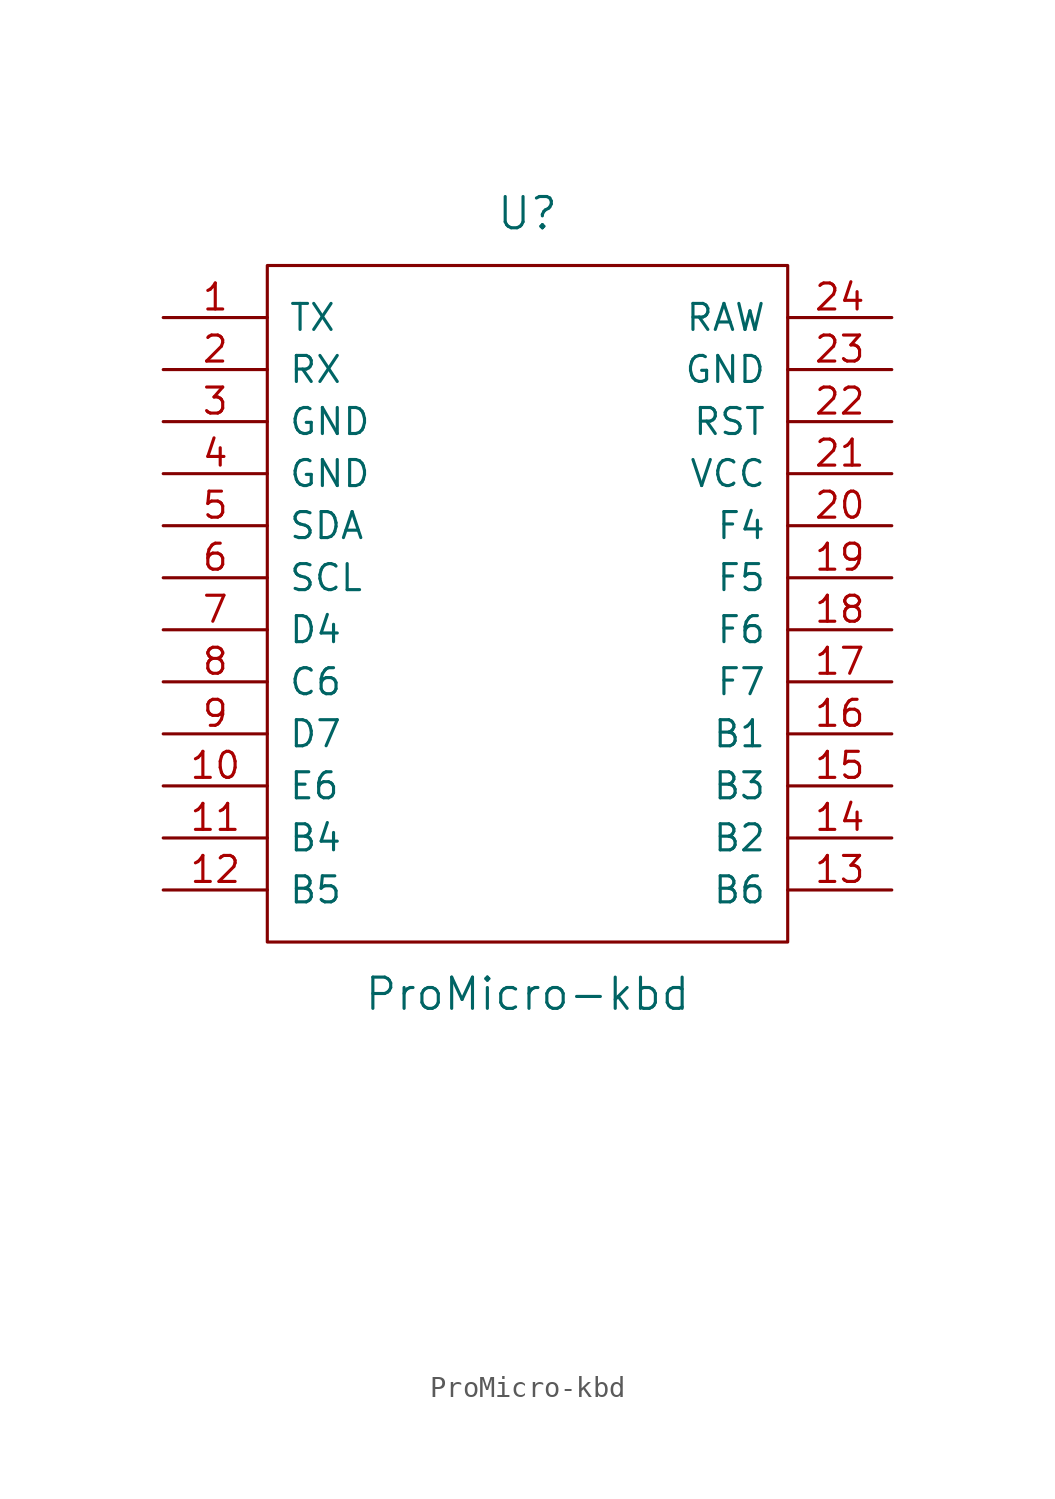
<source format=kicad_sym>
(kicad_symbol_lib
  (version 20220914)
  (generator kicad_symbol_editor)
  (symbol "ProMicro-kbd"
    (pin_names
      (offset 1.016))
    (property "Reference" "U"
      (at 0 24.13 0)
      (effects (font (size 1.524 1.524))))
    (property "Value" "ProMicro-kbd"
      (at 0 -13.97 0)
      (effects (font (size 1.524 1.524))))
    (property "Footprint" ""
      (at 2.54 -26.67 0)
      (effects (font (size 1.524 1.524))))
    (property "Datasheet" ""
      (at 2.54 -26.67 0)
      (effects (font (size 1.524 1.524))))
    (symbol "ProMicro-kbd_0_1"
      (rectangle (start -12.7 21.59) (end 12.7 -11.43) (stroke (width 0) (type solid)) (fill (type none))))
    (symbol "ProMicro-kbd_1_1"
      (pin bidirectional line (at -17.78 19.05 0) (length 5.08) (name "TX" (effects (font (size 1.27 1.27)))) (number "1" (effects (font (size 1.27 1.27)))))
      (pin bidirectional line (at -17.78 -3.81 0) (length 5.08) (name "E6" (effects (font (size 1.27 1.27)))) (number "10" (effects (font (size 1.27 1.27)))))
      (pin bidirectional line (at -17.78 -6.35 0) (length 5.08) (name "B4" (effects (font (size 1.27 1.27)))) (number "11" (effects (font (size 1.27 1.27)))))
      (pin bidirectional line (at -17.78 -8.89 0) (length 5.08) (name "B5" (effects (font (size 1.27 1.27)))) (number "12" (effects (font (size 1.27 1.27)))))
      (pin bidirectional line (at 17.78 -8.89 180) (length 5.08) (name "B6" (effects (font (size 1.27 1.27)))) (number "13" (effects (font (size 1.27 1.27)))))
      (pin bidirectional line (at 17.78 -6.35 180) (length 5.08) (name "B2" (effects (font (size 1.27 1.27)))) (number "14" (effects (font (size 1.27 1.27)))))
      (pin bidirectional line (at 17.78 -3.81 180) (length 5.08) (name "B3" (effects (font (size 1.27 1.27)))) (number "15" (effects (font (size 1.27 1.27)))))
      (pin bidirectional line (at 17.78 -1.27 180) (length 5.08) (name "B1" (effects (font (size 1.27 1.27)))) (number "16" (effects (font (size 1.27 1.27)))))
      (pin bidirectional line (at 17.78 1.27 180) (length 5.08) (name "F7" (effects (font (size 1.27 1.27)))) (number "17" (effects (font (size 1.27 1.27)))))
      (pin bidirectional line (at 17.78 3.81 180) (length 5.08) (name "F6" (effects (font (size 1.27 1.27)))) (number "18" (effects (font (size 1.27 1.27)))))
      (pin bidirectional line (at 17.78 6.35 180) (length 5.08) (name "F5" (effects (font (size 1.27 1.27)))) (number "19" (effects (font (size 1.27 1.27)))))
      (pin bidirectional line (at -17.78 16.51 0) (length 5.08) (name "RX" (effects (font (size 1.27 1.27)))) (number "2" (effects (font (size 1.27 1.27)))))
      (pin bidirectional line (at 17.78 8.89 180) (length 5.08) (name "F4" (effects (font (size 1.27 1.27)))) (number "20" (effects (font (size 1.27 1.27)))))
      (pin power_in line (at 17.78 11.43 180) (length 5.08) (name "VCC" (effects (font (size 1.27 1.27)))) (number "21" (effects (font (size 1.27 1.27)))))
      (pin input line (at 17.78 13.97 180) (length 5.08) (name "RST" (effects (font (size 1.27 1.27)))) (number "22" (effects (font (size 1.27 1.27)))))
      (pin power_in line (at 17.78 16.51 180) (length 5.08) (name "GND" (effects (font (size 1.27 1.27)))) (number "23" (effects (font (size 1.27 1.27)))))
      (pin power_out line (at 17.78 19.05 180) (length 5.08) (name "RAW" (effects (font (size 1.27 1.27)))) (number "24" (effects (font (size 1.27 1.27)))))
      (pin power_in line (at -17.78 13.97 0) (length 5.08) (name "GND" (effects (font (size 1.27 1.27)))) (number "3" (effects (font (size 1.27 1.27)))))
      (pin power_in line (at -17.78 11.43 0) (length 5.08) (name "GND" (effects (font (size 1.27 1.27)))) (number "4" (effects (font (size 1.27 1.27)))))
      (pin bidirectional line (at -17.78 8.89 0) (length 5.08) (name "SDA" (effects (font (size 1.27 1.27)))) (number "5" (effects (font (size 1.27 1.27)))))
      (pin bidirectional line (at -17.78 6.35 0) (length 5.08) (name "SCL" (effects (font (size 1.27 1.27)))) (number "6" (effects (font (size 1.27 1.27)))))
      (pin bidirectional line (at -17.78 3.81 0) (length 5.08) (name "D4" (effects (font (size 1.27 1.27)))) (number "7" (effects (font (size 1.27 1.27)))))
      (pin bidirectional line (at -17.78 1.27 0) (length 5.08) (name "C6" (effects (font (size 1.27 1.27)))) (number "8" (effects (font (size 1.27 1.27)))))
      (pin bidirectional line (at -17.78 -1.27 0) (length 5.08) (name "D7" (effects (font (size 1.27 1.27)))) (number "9" (effects (font (size 1.27 1.27))))))))
</source>
